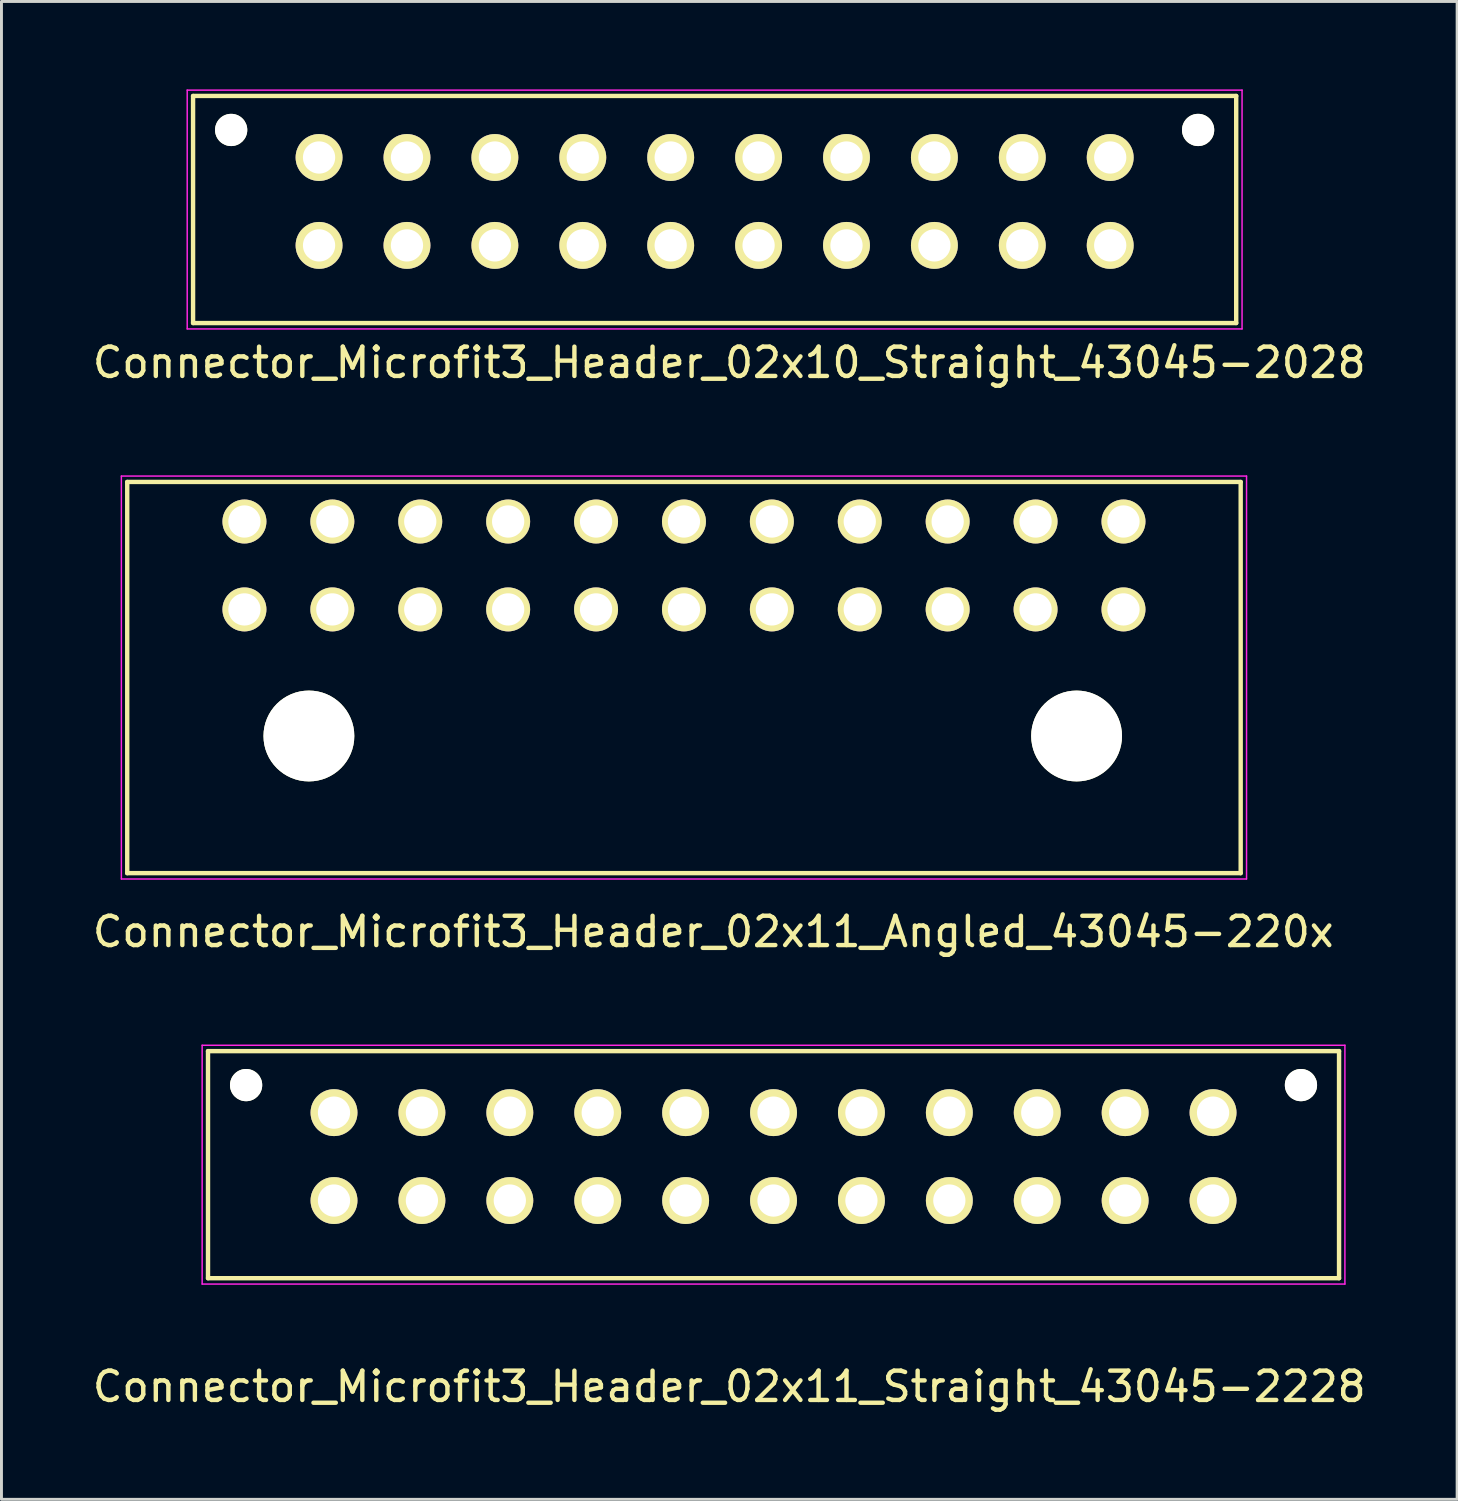
<source format=kicad_pcb>
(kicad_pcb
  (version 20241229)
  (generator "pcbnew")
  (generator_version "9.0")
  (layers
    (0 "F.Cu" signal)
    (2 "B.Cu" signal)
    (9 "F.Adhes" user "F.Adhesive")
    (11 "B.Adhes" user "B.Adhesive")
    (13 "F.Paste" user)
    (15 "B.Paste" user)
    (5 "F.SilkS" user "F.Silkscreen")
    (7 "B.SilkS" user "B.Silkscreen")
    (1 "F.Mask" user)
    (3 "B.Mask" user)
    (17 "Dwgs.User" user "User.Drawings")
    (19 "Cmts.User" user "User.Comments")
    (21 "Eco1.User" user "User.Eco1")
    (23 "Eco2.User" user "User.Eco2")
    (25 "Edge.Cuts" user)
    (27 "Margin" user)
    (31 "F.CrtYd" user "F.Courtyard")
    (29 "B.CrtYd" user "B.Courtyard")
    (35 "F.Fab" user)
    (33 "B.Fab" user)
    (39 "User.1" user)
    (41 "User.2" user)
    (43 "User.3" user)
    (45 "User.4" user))
  (footprint "Connector_Microfit3_Header_02x11_Angled_43045-220x"
    (layer "F.Cu")
    (at 35.292 17.748)
    (property "Reference" "Connector_Microfit3_Header_02x11_Angled_43045-220x" (at -14 11 0) (layer "F.SilkS") (effects (font (size 1 1) (thickness 0.15))))
    (attr through_hole)
    (fp_line (start -34 -4.35) (end 4 -4.35) (stroke (width 0.15) (type solid)) (layer "F.SilkS"))
    (fp_line (start -34 9) (end -34 -4.35) (stroke (width 0.15) (type solid)) (layer "F.SilkS"))
    (fp_line (start 4 -4.35) (end 4 9) (stroke (width 0.15) (type solid)) (layer "F.SilkS"))
    (fp_line (start 4 9) (end -34 9) (stroke (width 0.15) (type solid)) (layer "F.SilkS"))
    (fp_line (start -34.2 -4.55) (end -34.2 9.2) (stroke (width 0.05) (type solid)) (layer "F.CrtYd"))
    (fp_line (start -34.2 9.2) (end 4.2 9.2) (stroke (width 0.05) (type solid)) (layer "F.CrtYd"))
    (fp_line (start 4.2 -4.55) (end -34.2 -4.55) (stroke (width 0.05) (type solid)) (layer "F.CrtYd"))
    (fp_line (start 4.2 9.2) (end 4.2 -4.55) (stroke (width 0.05) (type solid)) (layer "F.CrtYd"))
    (pad "" np_thru_hole circle (at -27.8 4.32) (size 3.1 3.1) (drill 3.1) (layers "*.Cu" "*.Mask" "F.SilkS"))
    (pad "" np_thru_hole circle (at -1.6 4.32) (size 3.1 3.1) (drill 3.1) (layers "*.Cu" "*.Mask" "F.SilkS"))
    (pad "1" thru_hole circle (at 0 0) (size 1.5 1.5) (drill 1.1) (layers "*.Cu" "*.Mask" "F.SilkS"))
    (pad "2" thru_hole circle (at -3 0) (size 1.5 1.5) (drill 1.1) (layers "*.Cu" "*.Mask" "F.SilkS"))
    (pad "3" thru_hole circle (at -6 0) (size 1.5 1.5) (drill 1.1) (layers "*.Cu" "*.Mask" "F.SilkS"))
    (pad "4" thru_hole circle (at -9 0) (size 1.5 1.5) (drill 1.1) (layers "*.Cu" "*.Mask" "F.SilkS"))
    (pad "5" thru_hole circle (at -12 0) (size 1.5 1.5) (drill 1.1) (layers "*.Cu" "*.Mask" "F.SilkS"))
    (pad "6" thru_hole circle (at -15 0) (size 1.5 1.5) (drill 1.1) (layers "*.Cu" "*.Mask" "F.SilkS"))
    (pad "7" thru_hole circle (at -18 0) (size 1.5 1.5) (drill 1.1) (layers "*.Cu" "*.Mask" "F.SilkS"))
    (pad "8" thru_hole circle (at -21 0) (size 1.5 1.5) (drill 1.1) (layers "*.Cu" "*.Mask" "F.SilkS"))
    (pad "9" thru_hole circle (at -24 0) (size 1.5 1.5) (drill 1.1) (layers "*.Cu" "*.Mask" "F.SilkS"))
    (pad "10" thru_hole circle (at -27 0) (size 1.5 1.5) (drill 1.1) (layers "*.Cu" "*.Mask" "F.SilkS"))
    (pad "11" thru_hole circle (at -30 0) (size 1.5 1.5) (drill 1.1) (layers "*.Cu" "*.Mask" "F.SilkS"))
    (pad "12" thru_hole circle (at 0 -3) (size 1.5 1.5) (drill 1.1) (layers "*.Cu" "*.Mask" "F.SilkS"))
    (pad "13" thru_hole circle (at -3 -3) (size 1.5 1.5) (drill 1.1) (layers "*.Cu" "*.Mask" "F.SilkS"))
    (pad "14" thru_hole circle (at -6 -3) (size 1.5 1.5) (drill 1.1) (layers "*.Cu" "*.Mask" "F.SilkS"))
    (pad "15" thru_hole circle (at -9 -3) (size 1.5 1.5) (drill 1.1) (layers "*.Cu" "*.Mask" "F.SilkS"))
    (pad "16" thru_hole circle (at -12 -3) (size 1.5 1.5) (drill 1.1) (layers "*.Cu" "*.Mask" "F.SilkS"))
    (pad "17" thru_hole circle (at -15 -3) (size 1.5 1.5) (drill 1.1) (layers "*.Cu" "*.Mask" "F.SilkS"))
    (pad "18" thru_hole circle (at -18 -3) (size 1.5 1.5) (drill 1.1) (layers "*.Cu" "*.Mask" "F.SilkS"))
    (pad "19" thru_hole circle (at -21 -3) (size 1.5 1.5) (drill 1.1) (layers "*.Cu" "*.Mask" "F.SilkS"))
    (pad "20" thru_hole circle (at -24 -3) (size 1.5 1.5) (drill 1.1) (layers "*.Cu" "*.Mask" "F.SilkS"))
    (pad "21" thru_hole circle (at -27 -3) (size 1.5 1.5) (drill 1.1) (layers "*.Cu" "*.Mask" "F.SilkS"))
    (pad "22" thru_hole circle (at -30 -3) (size 1.5 1.5) (drill 1.1) (layers "*.Cu" "*.Mask" "F.SilkS")))
  (footprint "Connector_Microfit3_Header_02x11_Straight_43045-2228"
    (layer "F.Cu")
    (at 38.349 37.922)
    (property "Reference" "Connector_Microfit3_Header_02x11_Straight_43045-2228" (at -16.51 6.35 0) (layer "F.SilkS") (effects (font (size 1 1) (thickness 0.15))))
    (attr through_hole)
    (fp_line (start -34.3 2.65) (end -34.3 -5.1) (stroke (width 0.15) (type solid)) (layer "F.SilkS"))
    (fp_line (start 4.3 -5.1) (end -34.3 -5.1) (stroke (width 0.15) (type solid)) (layer "F.SilkS"))
    (fp_line (start 4.3 2.65) (end -34.3 2.65) (stroke (width 0.15) (type solid)) (layer "F.SilkS"))
    (fp_line (start 4.3 2.65) (end 4.3 -5.1) (stroke (width 0.15) (type solid)) (layer "F.SilkS"))
    (fp_line (start -34.5 2.85) (end -34.5 -5.3) (stroke (width 0.05) (type solid)) (layer "F.CrtYd"))
    (fp_line (start 4.5 -5.3) (end -34.5 -5.3) (stroke (width 0.05) (type solid)) (layer "F.CrtYd"))
    (fp_line (start 4.5 2.85) (end -34.5 2.85) (stroke (width 0.05) (type solid)) (layer "F.CrtYd"))
    (fp_line (start 4.5 2.85) (end 4.5 -5.3) (stroke (width 0.05) (type solid)) (layer "F.CrtYd"))
    (pad "" np_thru_hole circle (at -33 -3.94) (size 1.1 1.1) (drill 1.1) (layers "*.Cu" "*.Mask" "F.SilkS"))
    (pad "" np_thru_hole circle (at 3 -3.94) (size 1.1 1.1) (drill 1.1) (layers "*.Cu" "*.Mask" "F.SilkS"))
    (pad "1" thru_hole circle (at 0 0) (size 1.6 1.6) (drill 1.1) (layers "*.Cu" "*.Mask" "F.SilkS"))
    (pad "2" thru_hole circle (at -3 0) (size 1.6 1.6) (drill 1.1) (layers "*.Cu" "*.Mask" "F.SilkS"))
    (pad "3" thru_hole circle (at -6 0) (size 1.6 1.6) (drill 1.1) (layers "*.Cu" "*.Mask" "F.SilkS"))
    (pad "4" thru_hole circle (at -9 0) (size 1.6 1.6) (drill 1.1) (layers "*.Cu" "*.Mask" "F.SilkS"))
    (pad "5" thru_hole circle (at -12 0) (size 1.6 1.6) (drill 1.1) (layers "*.Cu" "*.Mask" "F.SilkS"))
    (pad "6" thru_hole circle (at -15 0) (size 1.6 1.6) (drill 1.1) (layers "*.Cu" "*.Mask" "F.SilkS"))
    (pad "7" thru_hole circle (at -18 0) (size 1.6 1.6) (drill 1.1) (layers "*.Cu" "*.Mask" "F.SilkS"))
    (pad "8" thru_hole circle (at -21 0) (size 1.6 1.6) (drill 1.1) (layers "*.Cu" "*.Mask" "F.SilkS"))
    (pad "9" thru_hole circle (at -24 0) (size 1.6 1.6) (drill 1.1) (layers "*.Cu" "*.Mask" "F.SilkS"))
    (pad "10" thru_hole circle (at -27 0) (size 1.6 1.6) (drill 1.1) (layers "*.Cu" "*.Mask" "F.SilkS"))
    (pad "11" thru_hole circle (at -30 0) (size 1.6 1.6) (drill 1.1) (layers "*.Cu" "*.Mask" "F.SilkS"))
    (pad "12" thru_hole circle (at 0 -3) (size 1.6 1.6) (drill 1.1) (layers "*.Cu" "*.Mask" "F.SilkS"))
    (pad "13" thru_hole circle (at -3 -3) (size 1.6 1.6) (drill 1.1) (layers "*.Cu" "*.Mask" "F.SilkS"))
    (pad "14" thru_hole circle (at -6 -3) (size 1.6 1.6) (drill 1.1) (layers "*.Cu" "*.Mask" "F.SilkS"))
    (pad "15" thru_hole circle (at -9 -3) (size 1.6 1.6) (drill 1.1) (layers "*.Cu" "*.Mask" "F.SilkS"))
    (pad "16" thru_hole circle (at -12 -3) (size 1.6 1.6) (drill 1.1) (layers "*.Cu" "*.Mask" "F.SilkS"))
    (pad "17" thru_hole circle (at -15 -3) (size 1.6 1.6) (drill 1.1) (layers "*.Cu" "*.Mask" "F.SilkS"))
    (pad "18" thru_hole circle (at -18 -3) (size 1.6 1.6) (drill 1.1) (layers "*.Cu" "*.Mask" "F.SilkS"))
    (pad "19" thru_hole circle (at -21 -3) (size 1.6 1.6) (drill 1.1) (layers "*.Cu" "*.Mask" "F.SilkS"))
    (pad "20" thru_hole circle (at -24 -3) (size 1.6 1.6) (drill 1.1) (layers "*.Cu" "*.Mask" "F.SilkS"))
    (pad "21" thru_hole circle (at -27 -3) (size 1.6 1.6) (drill 1.1) (layers "*.Cu" "*.Mask" "F.SilkS"))
    (pad "22" thru_hole circle (at -30 -3) (size 1.6 1.6) (drill 1.1) (layers "*.Cu" "*.Mask" "F.SilkS")))
  (footprint "Connector_Microfit3_Header_02x10_Straight_43045-2028"
    (layer "F.Cu")
    (at 34.839 5.325)
    (property "Reference" "Connector_Microfit3_Header_02x10_Straight_43045-2028" (at -13 4 0) (layer "F.SilkS") (effects (font (size 1 1) (thickness 0.15))))
    (attr through_hole)
    (fp_line (start -31.3 2.65) (end -31.3 -5.1) (stroke (width 0.15) (type solid)) (layer "F.SilkS"))
    (fp_line (start 4.3 -5.1) (end -31.3 -5.1) (stroke (width 0.15) (type solid)) (layer "F.SilkS"))
    (fp_line (start 4.3 2.65) (end -31.3 2.65) (stroke (width 0.15) (type solid)) (layer "F.SilkS"))
    (fp_line (start 4.3 2.65) (end 4.3 -5.1) (stroke (width 0.15) (type solid)) (layer "F.SilkS"))
    (fp_line (start -31.5 2.85) (end -31.5 -5.3) (stroke (width 0.05) (type solid)) (layer "F.CrtYd"))
    (fp_line (start 4.5 -5.3) (end -31.5 -5.3) (stroke (width 0.05) (type solid)) (layer "F.CrtYd"))
    (fp_line (start 4.5 2.85) (end -31.5 2.85) (stroke (width 0.05) (type solid)) (layer "F.CrtYd"))
    (fp_line (start 4.5 2.85) (end 4.5 -5.3) (stroke (width 0.05) (type solid)) (layer "F.CrtYd"))
    (pad "" np_thru_hole circle (at -30 -3.94) (size 1.1 1.1) (drill 1.1) (layers "*.Cu" "*.Mask" "F.SilkS"))
    (pad "" np_thru_hole circle (at 3 -3.94) (size 1.1 1.1) (drill 1.1) (layers "*.Cu" "*.Mask" "F.SilkS"))
    (pad "1" thru_hole circle (at 0 0) (size 1.6 1.6) (drill 1.1) (layers "*.Cu" "*.Mask" "F.SilkS"))
    (pad "2" thru_hole circle (at -3 0) (size 1.6 1.6) (drill 1.1) (layers "*.Cu" "*.Mask" "F.SilkS"))
    (pad "3" thru_hole circle (at -6 0) (size 1.6 1.6) (drill 1.1) (layers "*.Cu" "*.Mask" "F.SilkS"))
    (pad "4" thru_hole circle (at -9 0) (size 1.6 1.6) (drill 1.1) (layers "*.Cu" "*.Mask" "F.SilkS"))
    (pad "5" thru_hole circle (at -12 0) (size 1.6 1.6) (drill 1.1) (layers "*.Cu" "*.Mask" "F.SilkS"))
    (pad "6" thru_hole circle (at -15 0) (size 1.6 1.6) (drill 1.1) (layers "*.Cu" "*.Mask" "F.SilkS"))
    (pad "7" thru_hole circle (at -18 0) (size 1.6 1.6) (drill 1.1) (layers "*.Cu" "*.Mask" "F.SilkS"))
    (pad "8" thru_hole circle (at -21 0) (size 1.6 1.6) (drill 1.1) (layers "*.Cu" "*.Mask" "F.SilkS"))
    (pad "9" thru_hole circle (at -24 0) (size 1.6 1.6) (drill 1.1) (layers "*.Cu" "*.Mask" "F.SilkS"))
    (pad "10" thru_hole circle (at -27 0) (size 1.6 1.6) (drill 1.1) (layers "*.Cu" "*.Mask" "F.SilkS"))
    (pad "11" thru_hole circle (at 0 -3) (size 1.6 1.6) (drill 1.1) (layers "*.Cu" "*.Mask" "F.SilkS"))
    (pad "12" thru_hole circle (at -3 -3) (size 1.6 1.6) (drill 1.1) (layers "*.Cu" "*.Mask" "F.SilkS"))
    (pad "13" thru_hole circle (at -6 -3) (size 1.6 1.6) (drill 1.1) (layers "*.Cu" "*.Mask" "F.SilkS"))
    (pad "14" thru_hole circle (at -9 -3) (size 1.6 1.6) (drill 1.1) (layers "*.Cu" "*.Mask" "F.SilkS"))
    (pad "15" thru_hole circle (at -12 -3) (size 1.6 1.6) (drill 1.1) (layers "*.Cu" "*.Mask" "F.SilkS"))
    (pad "16" thru_hole circle (at -15 -3) (size 1.6 1.6) (drill 1.1) (layers "*.Cu" "*.Mask" "F.SilkS"))
    (pad "17" thru_hole circle (at -18 -3) (size 1.6 1.6) (drill 1.1) (layers "*.Cu" "*.Mask" "F.SilkS"))
    (pad "18" thru_hole circle (at -21 -3) (size 1.6 1.6) (drill 1.1) (layers "*.Cu" "*.Mask" "F.SilkS"))
    (pad "19" thru_hole circle (at -24 -3) (size 1.6 1.6) (drill 1.1) (layers "*.Cu" "*.Mask" "F.SilkS"))
    (pad "20" thru_hole circle (at -27 -3) (size 1.6 1.6) (drill 1.1) (layers "*.Cu" "*.Mask" "F.SilkS")))
  (gr_rect
    (start -3 -3)
    (end 46.679 48.12)
    (stroke (width 0.1) (type default))
    (fill no)
    (layer "Edge.Cuts")))
</source>
